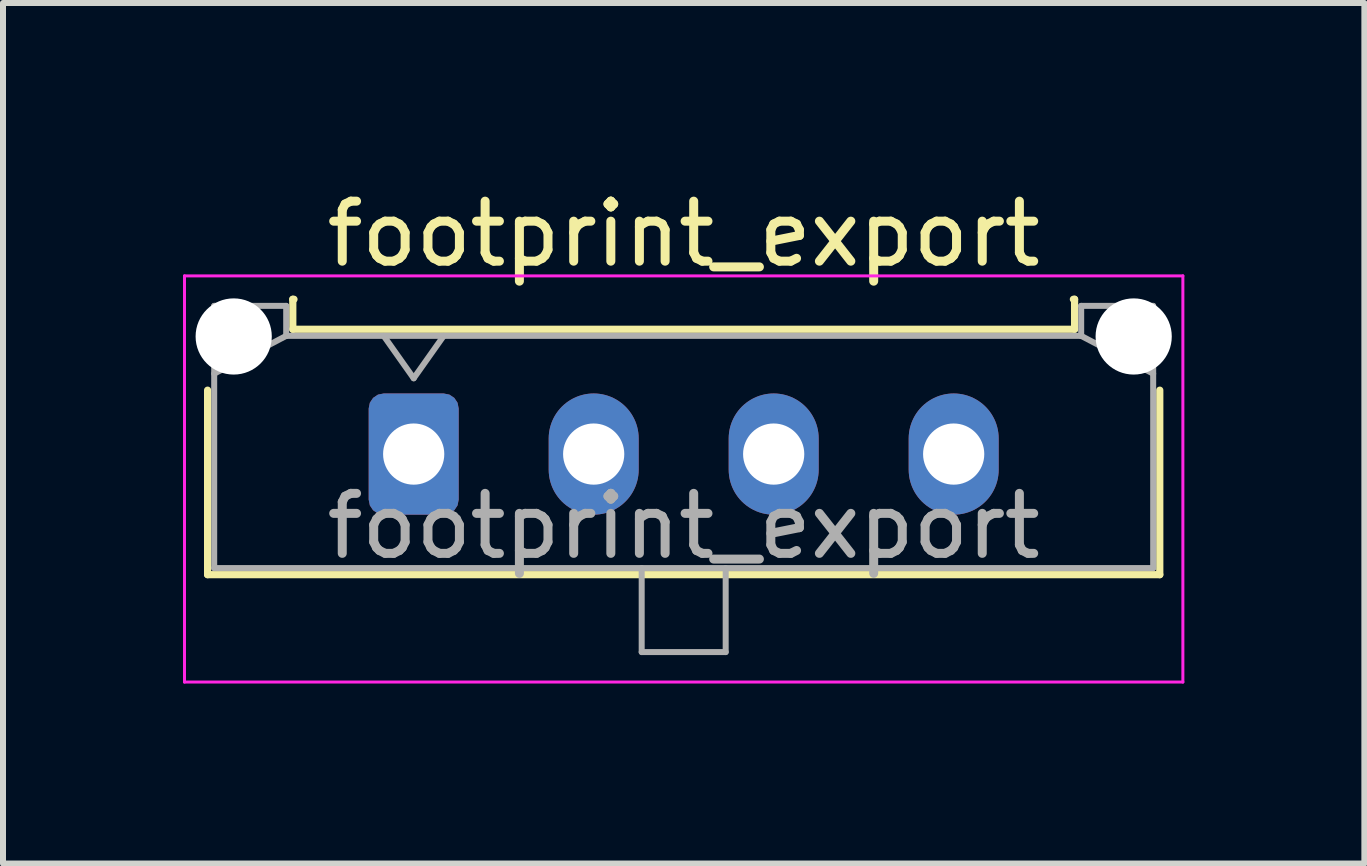
<source format=kicad_pcb>
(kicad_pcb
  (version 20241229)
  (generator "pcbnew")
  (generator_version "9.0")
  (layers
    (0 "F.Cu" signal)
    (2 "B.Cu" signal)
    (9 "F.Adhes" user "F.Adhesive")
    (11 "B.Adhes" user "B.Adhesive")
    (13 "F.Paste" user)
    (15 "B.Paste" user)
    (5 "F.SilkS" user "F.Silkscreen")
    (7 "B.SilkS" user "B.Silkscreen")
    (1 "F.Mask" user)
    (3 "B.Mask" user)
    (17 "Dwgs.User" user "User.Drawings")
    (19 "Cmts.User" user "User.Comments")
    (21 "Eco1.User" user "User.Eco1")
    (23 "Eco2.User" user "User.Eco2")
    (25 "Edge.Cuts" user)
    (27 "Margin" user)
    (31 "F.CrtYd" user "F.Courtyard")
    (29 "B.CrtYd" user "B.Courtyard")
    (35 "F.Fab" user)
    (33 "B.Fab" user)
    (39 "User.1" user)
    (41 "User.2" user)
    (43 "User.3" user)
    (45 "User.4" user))
  (footprint "footprint_export"
    (layer "F.Cu")
    (at 3.845 4.518)
    (property "Reference" "footprint_export" (at 4.5 -3.67 0) (layer "F.SilkS") (effects (font (size 1 1) (thickness 0.15))))
    (attr through_hole)
    (fp_line (start -3.435 -1.065) (end -3.435 2.01) (stroke (width 0.12) (type solid)) (layer "F.SilkS"))
    (fp_line (start -3.435 2.01) (end 12.435 2.01) (stroke (width 0.12) (type solid)) (layer "F.SilkS"))
    (fp_line (start -2.015 -2.58) (end -2.015 -2.08) (stroke (width 0.12) (type solid)) (layer "F.SilkS"))
    (fp_line (start -2.015 -2.08) (end 11.015 -2.08) (stroke (width 0.12) (type solid)) (layer "F.SilkS"))
    (fp_line (start -1.995 -2.58) (end -2.015 -2.58) (stroke (width 0.12) (type solid)) (layer "F.SilkS"))
    (fp_line (start 11.015 -2.58) (end 10.995 -2.58) (stroke (width 0.12) (type solid)) (layer "F.SilkS"))
    (fp_line (start 11.015 -2.08) (end 11.015 -2.58) (stroke (width 0.12) (type solid)) (layer "F.SilkS"))
    (fp_line (start 12.435 2.01) (end 12.435 -1.065) (stroke (width 0.12) (type solid)) (layer "F.SilkS"))
    (fp_line (start -3.82 -2.97) (end 12.82 -2.97) (stroke (width 0.05) (type solid)) (layer "F.CrtYd"))
    (fp_line (start -3.82 3.8) (end -3.82 -2.97) (stroke (width 0.05) (type solid)) (layer "F.CrtYd"))
    (fp_line (start 12.82 -2.97) (end 12.82 3.8) (stroke (width 0.05) (type solid)) (layer "F.CrtYd"))
    (fp_line (start 12.82 3.8) (end -3.82 3.8) (stroke (width 0.05) (type solid)) (layer "F.CrtYd"))
    (fp_line (start -3.325 -2.47) (end -3.325 1.9) (stroke (width 0.1) (type solid)) (layer "F.Fab"))
    (fp_line (start -3.325 -1.34) (end -2.125 -1.97) (stroke (width 0.1) (type solid)) (layer "F.Fab"))
    (fp_line (start -3.325 1.9) (end 12.325 1.9) (stroke (width 0.1) (type solid)) (layer "F.Fab"))
    (fp_line (start -2.125 -2.47) (end -3.325 -2.47) (stroke (width 0.1) (type solid)) (layer "F.Fab"))
    (fp_line (start -2.125 -1.97) (end -2.125 -2.47) (stroke (width 0.1) (type solid)) (layer "F.Fab"))
    (fp_line (start -0.5 -1.97) (end 0 -1.263) (stroke (width 0.1) (type solid)) (layer "F.Fab"))
    (fp_line (start 0 -1.263) (end 0.5 -1.97) (stroke (width 0.1) (type solid)) (layer "F.Fab"))
    (fp_line (start 3.8 1.9) (end 3.8 3.3) (stroke (width 0.1) (type solid)) (layer "F.Fab"))
    (fp_line (start 3.8 3.3) (end 5.2 3.3) (stroke (width 0.1) (type solid)) (layer "F.Fab"))
    (fp_line (start 5.2 3.3) (end 5.2 1.9) (stroke (width 0.1) (type solid)) (layer "F.Fab"))
    (fp_line (start 11.125 -2.47) (end 11.125 -1.97) (stroke (width 0.1) (type solid)) (layer "F.Fab"))
    (fp_line (start 11.125 -1.97) (end -2.125 -1.97) (stroke (width 0.1) (type solid)) (layer "F.Fab"))
    (fp_line (start 12.325 -2.47) (end 11.125 -2.47) (stroke (width 0.1) (type solid)) (layer "F.Fab"))
    (fp_line (start 12.325 -1.34) (end 11.125 -1.97) (stroke (width 0.1) (type solid)) (layer "F.Fab"))
    (fp_line (start 12.325 1.9) (end 12.325 -2.47) (stroke (width 0.1) (type solid)) (layer "F.Fab"))
    (fp_text user "${REFERENCE}" (at 4.5 1.2 0) (layer "F.Fab") (effects (font (size 1 1) (thickness 0.15))))
    (pad "" np_thru_hole circle (at -3 -1.96) (size 1.27 1.27) (drill 1.27) (layers "*.Cu" "*.Mask"))
    (pad "" np_thru_hole circle (at 12 -1.96) (size 1.27 1.27) (drill 1.27) (layers "*.Cu" "*.Mask"))
    (pad "1" thru_hole roundrect (at 0 0) (size 1.5 2.02) (drill 1.02) (layers "*.Cu" "*.Mask") (roundrect_rratio 0.167))
    (pad "2" thru_hole oval (at 3 0) (size 1.5 2.02) (drill 1.02) (layers "*.Cu" "*.Mask"))
    (pad "3" thru_hole oval (at 6 0) (size 1.5 2.02) (drill 1.02) (layers "*.Cu" "*.Mask"))
    (pad "4" thru_hole oval (at 9 0) (size 1.5 2.02) (drill 1.02) (layers "*.Cu" "*.Mask")))
  (gr_rect
    (start -3 -3)
    (end 19.69 11.343)
    (stroke (width 0.1) (type default))
    (fill no)
    (layer "Edge.Cuts")))
</source>
